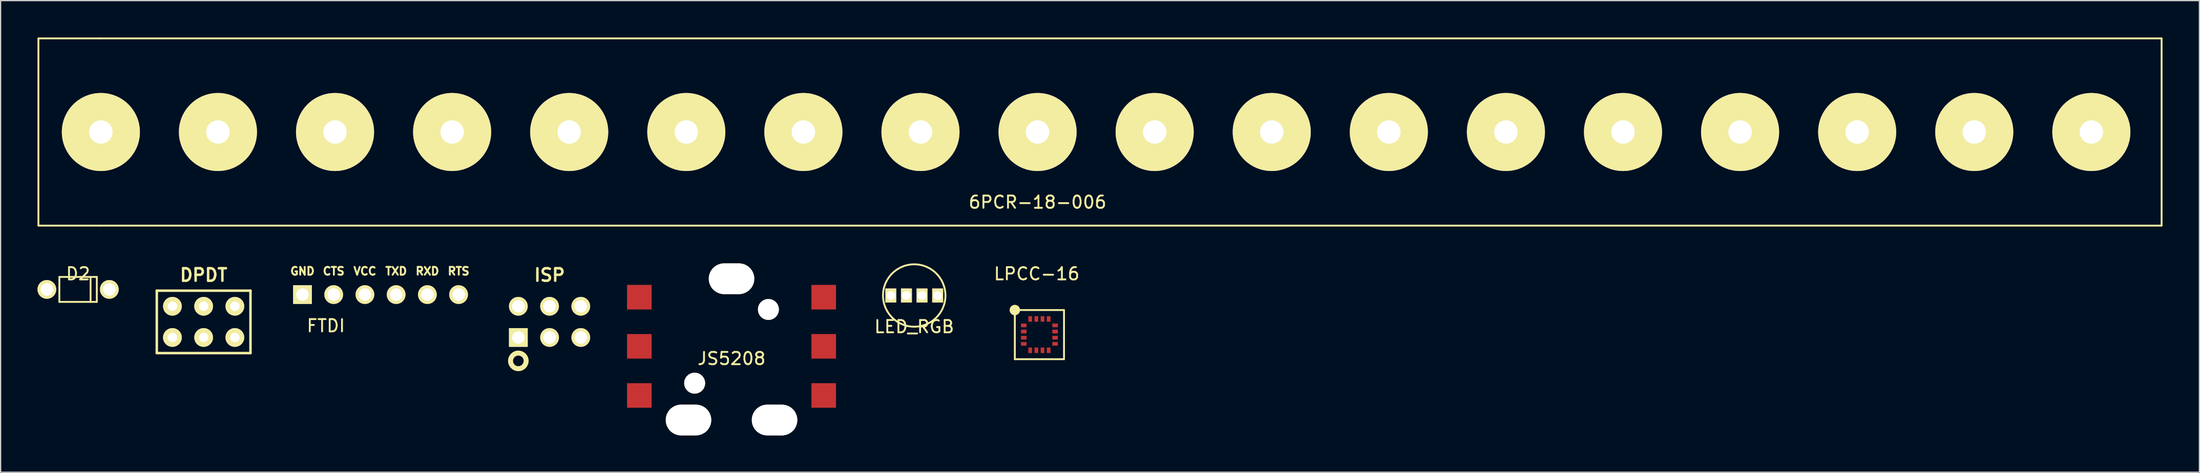
<source format=kicad_pcb>
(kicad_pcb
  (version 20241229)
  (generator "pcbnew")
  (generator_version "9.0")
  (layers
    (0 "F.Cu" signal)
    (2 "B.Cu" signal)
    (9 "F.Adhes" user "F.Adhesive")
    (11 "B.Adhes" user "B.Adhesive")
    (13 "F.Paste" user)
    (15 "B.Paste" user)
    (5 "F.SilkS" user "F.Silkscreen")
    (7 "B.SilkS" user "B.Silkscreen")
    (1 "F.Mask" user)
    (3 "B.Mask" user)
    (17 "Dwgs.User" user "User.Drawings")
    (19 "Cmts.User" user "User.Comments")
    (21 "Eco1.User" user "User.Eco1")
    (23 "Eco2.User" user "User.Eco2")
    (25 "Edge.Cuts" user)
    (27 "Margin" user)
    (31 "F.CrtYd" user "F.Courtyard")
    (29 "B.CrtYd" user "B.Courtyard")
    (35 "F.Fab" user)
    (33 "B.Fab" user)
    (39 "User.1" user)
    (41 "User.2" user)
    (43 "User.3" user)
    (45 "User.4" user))
  (footprint "DPDT"
    (layer "F.Cu")
    (at 13.516 23.151)
    (property "Reference" "DPDT" (at 0 -3.81 0) (layer "F.SilkS") (effects (font (size 1.016 1.016) (thickness 0.203))))
    (attr through_hole)
    (fp_line (start -3.81 -2.54) (end 3.81 -2.54) (stroke (width 0.203) (type solid)) (layer "F.SilkS"))
    (fp_line (start -3.81 2.54) (end -3.81 -2.54) (stroke (width 0.203) (type solid)) (layer "F.SilkS"))
    (fp_line (start 3.81 -2.54) (end 3.81 2.54) (stroke (width 0.203) (type solid)) (layer "F.SilkS"))
    (fp_line (start 3.81 2.54) (end -3.81 2.54) (stroke (width 0.203) (type solid)) (layer "F.SilkS"))
    (pad "1" thru_hole circle (at -2.54 -1.27) (size 1.524 1.524) (drill 0.762) (layers "*.Cu" "*.Mask" "F.SilkS"))
    (pad "2" thru_hole circle (at 0 -1.27) (size 1.524 1.524) (drill 0.762) (layers "*.Cu" "*.Mask" "F.SilkS"))
    (pad "3" thru_hole circle (at 2.54 -1.27) (size 1.524 1.524) (drill 0.762) (layers "*.Cu" "*.Mask" "F.SilkS"))
    (pad "4" thru_hole circle (at -2.54 1.27) (size 1.524 1.524) (drill 0.762) (layers "*.Cu" "*.Mask" "F.SilkS"))
    (pad "5" thru_hole circle (at 0 1.27) (size 1.524 1.524) (drill 0.762) (layers "*.Cu" "*.Mask" "F.SilkS"))
    (pad "6" thru_hole circle (at 2.54 1.27) (size 1.524 1.524) (drill 0.762) (layers "*.Cu" "*.Mask" "F.SilkS")))
  (footprint "D2"
    (layer "F.Cu")
    (at 3.302 20.508)
    (property "Reference" "D2" (at 0 -1.27 0) (layer "F.SilkS") (effects (font (size 1 1) (thickness 0.15))))
    (attr through_hole)
    (fp_line (start -1.524 -1.016) (end -1.524 1.016) (stroke (width 0.15) (type solid)) (layer "F.SilkS"))
    (fp_line (start -1.524 1.016) (end 1.524 1.016) (stroke (width 0.15) (type solid)) (layer "F.SilkS"))
    (fp_line (start 1.016 -1.016) (end 1.016 1.016) (stroke (width 0.15) (type solid)) (layer "F.SilkS"))
    (fp_line (start 1.524 -1.016) (end -1.524 -1.016) (stroke (width 0.15) (type solid)) (layer "F.SilkS"))
    (fp_line (start 1.524 1.016) (end 1.524 -1.016) (stroke (width 0.15) (type solid)) (layer "F.SilkS"))
    (pad "1" thru_hole circle (at -2.54 0) (size 1.524 1.524) (drill 1.016) (layers "*.Cu" "*.Mask" "F.SilkS"))
    (pad "2" thru_hole circle (at 2.54 0) (size 1.524 1.524) (drill 1.016) (layers "*.Cu" "*.Mask" "F.SilkS")))
  (footprint "LPCC-16"
    (layer "F.Cu")
    (at 81.506 24.188)
    (property "Reference" "LPCC-16" (at -0.22 -4.95 0) (layer "F.SilkS") (effects (font (size 1 1) (thickness 0.15))))
    (attr through_hole)
    (fp_line (start -2 -2) (end 2 -2) (stroke (width 0.15) (type solid)) (layer "F.SilkS"))
    (fp_line (start -2 2) (end -2 -2) (stroke (width 0.15) (type solid)) (layer "F.SilkS"))
    (fp_line (start 2 -2) (end 2 2) (stroke (width 0.15) (type solid)) (layer "F.SilkS"))
    (fp_line (start 2 2) (end -2 2) (stroke (width 0.15) (type solid)) (layer "F.SilkS"))
    (fp_circle (center -2 -2) (end -1.75 -2) (stroke (width 0.35) (type solid)) (fill no) (layer "F.SilkS"))
    (pad "1" smd rect (at -1.275 -0.75) (size 0.45 0.3) (layers "F.Cu" "F.Mask" "F.Paste"))
    (pad "2" smd rect (at -1.275 -0.25) (size 0.45 0.3) (layers "F.Cu" "F.Mask" "F.Paste"))
    (pad "3" smd rect (at -1.275 0.25) (size 0.45 0.3) (layers "F.Cu" "F.Mask" "F.Paste"))
    (pad "4" smd rect (at -1.275 0.75) (size 0.45 0.3) (layers "F.Cu" "F.Mask" "F.Paste"))
    (pad "5" smd rect (at -0.75 1.275) (size 0.3 0.45) (layers "F.Cu" "F.Mask" "F.Paste"))
    (pad "6" smd rect (at -0.25 1.275) (size 0.3 0.45) (layers "F.Cu" "F.Mask" "F.Paste"))
    (pad "7" smd rect (at 0.25 1.275) (size 0.3 0.45) (layers "F.Cu" "F.Mask" "F.Paste"))
    (pad "8" smd rect (at 0.75 1.275) (size 0.3 0.45) (layers "F.Cu" "F.Mask" "F.Paste"))
    (pad "9" smd rect (at 1.275 0.75) (size 0.45 0.3) (layers "F.Cu" "F.Mask" "F.Paste"))
    (pad "10" smd rect (at 1.275 0.25) (size 0.45 0.3) (layers "F.Cu" "F.Mask" "F.Paste"))
    (pad "11" smd rect (at 1.275 -0.25) (size 0.45 0.3) (layers "F.Cu" "F.Mask" "F.Paste"))
    (pad "12" smd rect (at 1.275 -0.75) (size 0.45 0.3) (layers "F.Cu" "F.Mask" "F.Paste"))
    (pad "13" smd rect (at 0.75 -1.275) (size 0.3 0.45) (layers "F.Cu" "F.Mask" "F.Paste"))
    (pad "14" smd rect (at 0.25 -1.275) (size 0.3 0.45) (layers "F.Cu" "F.Mask" "F.Paste"))
    (pad "15" smd rect (at -0.25 -1.275) (size 0.3 0.45) (layers "F.Cu" "F.Mask" "F.Paste"))
    (pad "16" smd rect (at -0.75 -1.275) (size 0.3 0.45) (layers "F.Cu" "F.Mask" "F.Paste")))
  (footprint "FTDI"
    (layer "F.Cu")
    (at 27.906 20.93)
    (property "Reference" "FTDI" (at -4.445 2.54 0) (layer "F.SilkS") (effects (font (size 1 1) (thickness 0.15))))
    (attr through_hole)
    (fp_text user "VCC" (at -1.27 -1.905 0) (layer "F.SilkS") (effects (font (size 0.635 0.635) (thickness 0.15))))
    (fp_text user "RTS" (at 6.35 -1.905 0) (layer "F.SilkS") (effects (font (size 0.635 0.635) (thickness 0.15))))
    (fp_text user "RXD" (at 3.81 -1.905 0) (layer "F.SilkS") (effects (font (size 0.635 0.635) (thickness 0.15))))
    (fp_text user "TXD" (at 1.27 -1.905 0) (layer "F.SilkS") (effects (font (size 0.635 0.635) (thickness 0.15))))
    (fp_text user "GND" (at -6.35 -1.905 0) (layer "F.SilkS") (effects (font (size 0.635 0.635) (thickness 0.15))))
    (fp_text user "CTS" (at -3.81 -1.905 0) (layer "F.SilkS") (effects (font (size 0.635 0.635) (thickness 0.15))))
    (pad "1" thru_hole rect (at -6.35 0) (size 1.524 1.524) (drill 1.016) (layers "*.Cu" "*.Mask" "F.SilkS"))
    (pad "2" thru_hole circle (at -3.81 0) (size 1.524 1.524) (drill 1.016) (layers "*.Cu" "*.Mask" "F.SilkS"))
    (pad "3" thru_hole circle (at -1.27 0) (size 1.524 1.524) (drill 1.016) (layers "*.Cu" "*.Mask" "F.SilkS"))
    (pad "4" thru_hole circle (at 1.27 0) (size 1.524 1.524) (drill 1.016) (layers "*.Cu" "*.Mask" "F.SilkS"))
    (pad "5" thru_hole circle (at 3.81 0) (size 1.524 1.524) (drill 1.016) (layers "*.Cu" "*.Mask" "F.SilkS"))
    (pad "6" thru_hole circle (at 6.35 0) (size 1.524 1.524) (drill 1.016) (layers "*.Cu" "*.Mask" "F.SilkS")))
  (footprint "LED_RGB"
    (layer "F.Cu")
    (at 71.322 21.005)
    (property "Reference" "LED_RGB" (at 0 2.54 0) (layer "F.SilkS") (effects (font (size 1 1) (thickness 0.15))))
    (attr through_hole)
    (fp_circle (center 0 0) (end 0 -2.54) (stroke (width 0.15) (type solid)) (fill no) (layer "F.SilkS"))
    (pad "1" thru_hole rect (at -1.905 0) (size 0.889 1.143) (drill 0.711) (layers "*.Cu" "*.Mask" "F.SilkS"))
    (pad "2" thru_hole rect (at -0.635 0) (size 0.889 1.143) (drill 0.711) (layers "*.Cu" "*.Mask" "F.SilkS"))
    (pad "3" thru_hole rect (at 0.635 0) (size 0.889 1.143) (drill 0.711) (layers "*.Cu" "*.Mask" "F.SilkS"))
    (pad "4" thru_hole rect (at 1.905 0) (size 0.889 1.143) (drill 0.711) (layers "*.Cu" "*.Mask" "F.SilkS")))
  (footprint "6PCR-18-006"
    (layer "F.Cu")
    (at 81.355 7.695)
    (property "Reference" "6PCR-18-006" (at 0 5.715 0) (layer "F.SilkS") (effects (font (size 1 1) (thickness 0.15))))
    (attr through_hole)
    (fp_line (start -81.28 -7.62) (end -81.28 7.62) (stroke (width 0.15) (type solid)) (layer "F.SilkS"))
    (fp_line (start -81.28 -7.62) (end -76.2 -7.62) (stroke (width 0.15) (type solid)) (layer "F.SilkS"))
    (fp_line (start -81.28 7.62) (end -76.2 7.62) (stroke (width 0.15) (type solid)) (layer "F.SilkS"))
    (fp_line (start -76.2 7.62) (end 91.44 7.62) (stroke (width 0.15) (type solid)) (layer "F.SilkS"))
    (fp_line (start 91.44 -7.62) (end -76.2 -7.62) (stroke (width 0.15) (type solid)) (layer "F.SilkS"))
    (fp_line (start 91.44 -7.62) (end 91.44 7.62) (stroke (width 0.15) (type solid)) (layer "F.SilkS"))
    (pad "1" thru_hole circle (at -76.2 0) (size 6.35 6.35) (drill 1.905) (layers "*.Cu" "*.Mask" "F.SilkS"))
    (pad "2" thru_hole circle (at -66.675 0) (size 6.35 6.35) (drill 1.905) (layers "*.Cu" "*.Mask" "F.SilkS"))
    (pad "3" thru_hole circle (at -57.15 0) (size 6.35 6.35) (drill 1.905) (layers "*.Cu" "*.Mask" "F.SilkS"))
    (pad "4" thru_hole circle (at -47.625 0) (size 6.35 6.35) (drill 1.905) (layers "*.Cu" "*.Mask" "F.SilkS"))
    (pad "5" thru_hole circle (at -38.1 0) (size 6.35 6.35) (drill 1.905) (layers "*.Cu" "*.Mask" "F.SilkS"))
    (pad "6" thru_hole circle (at -28.575 0) (size 6.35 6.35) (drill 1.905) (layers "*.Cu" "*.Mask" "F.SilkS"))
    (pad "7" thru_hole circle (at -19.05 0) (size 6.35 6.35) (drill 1.905) (layers "*.Cu" "*.Mask" "F.SilkS"))
    (pad "8" thru_hole circle (at -9.525 0) (size 6.35 6.35) (drill 1.905) (layers "*.Cu" "*.Mask" "F.SilkS"))
    (pad "9" thru_hole circle (at 0 0) (size 6.35 6.35) (drill 1.905) (layers "*.Cu" "*.Mask" "F.SilkS"))
    (pad "10" thru_hole circle (at 9.525 0) (size 6.35 6.35) (drill 1.905) (layers "*.Cu" "*.Mask" "F.SilkS"))
    (pad "11" thru_hole circle (at 19.05 0) (size 6.35 6.35) (drill 1.905) (layers "*.Cu" "*.Mask" "F.SilkS"))
    (pad "12" thru_hole circle (at 28.575 0) (size 6.35 6.35) (drill 1.905) (layers "*.Cu" "*.Mask" "F.SilkS"))
    (pad "13" thru_hole circle (at 38.1 0) (size 6.35 6.35) (drill 1.905) (layers "*.Cu" "*.Mask" "F.SilkS"))
    (pad "14" thru_hole circle (at 47.625 0) (size 6.35 6.35) (drill 1.905) (layers "*.Cu" "*.Mask" "F.SilkS"))
    (pad "15" thru_hole circle (at 57.15 0) (size 6.35 6.35) (drill 1.905) (layers "*.Cu" "*.Mask" "F.SilkS"))
    (pad "16" thru_hole circle (at 66.675 0) (size 6.35 6.35) (drill 1.905) (layers "*.Cu" "*.Mask" "F.SilkS"))
    (pad "17" thru_hole circle (at 76.2 0) (size 6.35 6.35) (drill 1.905) (layers "*.Cu" "*.Mask" "F.SilkS"))
    (pad "18" thru_hole circle (at 85.725 0) (size 6.35 6.35) (drill 1.905) (layers "*.Cu" "*.Mask" "F.SilkS")))
  (footprint "ISP"
    (layer "F.Cu")
    (at 41.657 23.151)
    (property "Reference" "ISP" (at 0 -3.81 0) (layer "F.SilkS") (effects (font (size 1.016 1.016) (thickness 0.203))))
    (attr through_hole)
    (fp_circle (center -2.54 3.175) (end -2.54 2.54) (stroke (width 0.404) (type solid)) (fill no) (layer "F.SilkS"))
    (pad "1" thru_hole rect (at -2.54 1.27) (size 1.524 1.524) (drill 1.016) (layers "*.Cu" "*.Mask" "F.SilkS"))
    (pad "2" thru_hole circle (at -2.54 -1.27) (size 1.524 1.524) (drill 1.016) (layers "*.Cu" "*.Mask" "F.SilkS"))
    (pad "3" thru_hole circle (at 0 1.27) (size 1.524 1.524) (drill 1.016) (layers "*.Cu" "*.Mask" "F.SilkS"))
    (pad "4" thru_hole circle (at 0 -1.27) (size 1.524 1.524) (drill 1.016) (layers "*.Cu" "*.Mask" "F.SilkS"))
    (pad "5" thru_hole circle (at 2.54 1.27) (size 1.524 1.524) (drill 1.016) (layers "*.Cu" "*.Mask" "F.SilkS"))
    (pad "6" thru_hole circle (at 2.54 -1.27) (size 1.524 1.524) (drill 1.016) (layers "*.Cu" "*.Mask" "F.SilkS")))
  (footprint "JS5208"
    (layer "F.Cu")
    (at 56.459 25.14)
    (property "Reference" "JS5208" (at 0 1 0) (layer "F.SilkS") (effects (font (size 1 1) (thickness 0.15))))
    (attr through_hole)
    (pad "" np_thru_hole oval (at -3.5 6) (size 3.7 2.5) (drill oval 3.7 2.5) (layers "*.Cu" "*.Mask" "F.SilkS"))
    (pad "" np_thru_hole circle (at -3 3) (size 1.7 1.7) (drill 1.7) (layers "*.Cu" "*.Mask" "F.SilkS"))
    (pad "" np_thru_hole oval (at 0 -5.5) (size 3.7 2.5) (drill oval 3.7 2.5) (layers "*.Cu" "*.Mask" "F.SilkS"))
    (pad "" np_thru_hole circle (at 3 -3) (size 1.7 1.7) (drill 1.7) (layers "*.Cu" "*.Mask" "F.SilkS"))
    (pad "" np_thru_hole oval (at 3.5 6) (size 3.7 2.5) (drill oval 3.7 2.5) (layers "*.Cu" "*.Mask" "F.SilkS"))
    (pad "1" smd rect (at -7.5 -4) (size 2 2) (layers "F.Cu" "F.Mask" "F.Paste"))
    (pad "2" smd rect (at -7.5 0) (size 2 2) (layers "F.Cu" "F.Mask" "F.Paste"))
    (pad "3" smd rect (at -7.5 4) (size 2 2) (layers "F.Cu" "F.Mask" "F.Paste"))
    (pad "4" smd rect (at 7.5 -4) (size 2 2) (layers "F.Cu" "F.Mask" "F.Paste"))
    (pad "5" smd rect (at 7.5 0) (size 2 2) (layers "F.Cu" "F.Mask" "F.Paste"))
    (pad "6" smd rect (at 7.5 4) (size 2 2) (layers "F.Cu" "F.Mask" "F.Paste")))
  (gr_rect
    (start -3 -3)
    (end 175.87 35.39)
    (stroke (width 0.1) (type default))
    (fill no)
    (layer "Edge.Cuts")))
</source>
